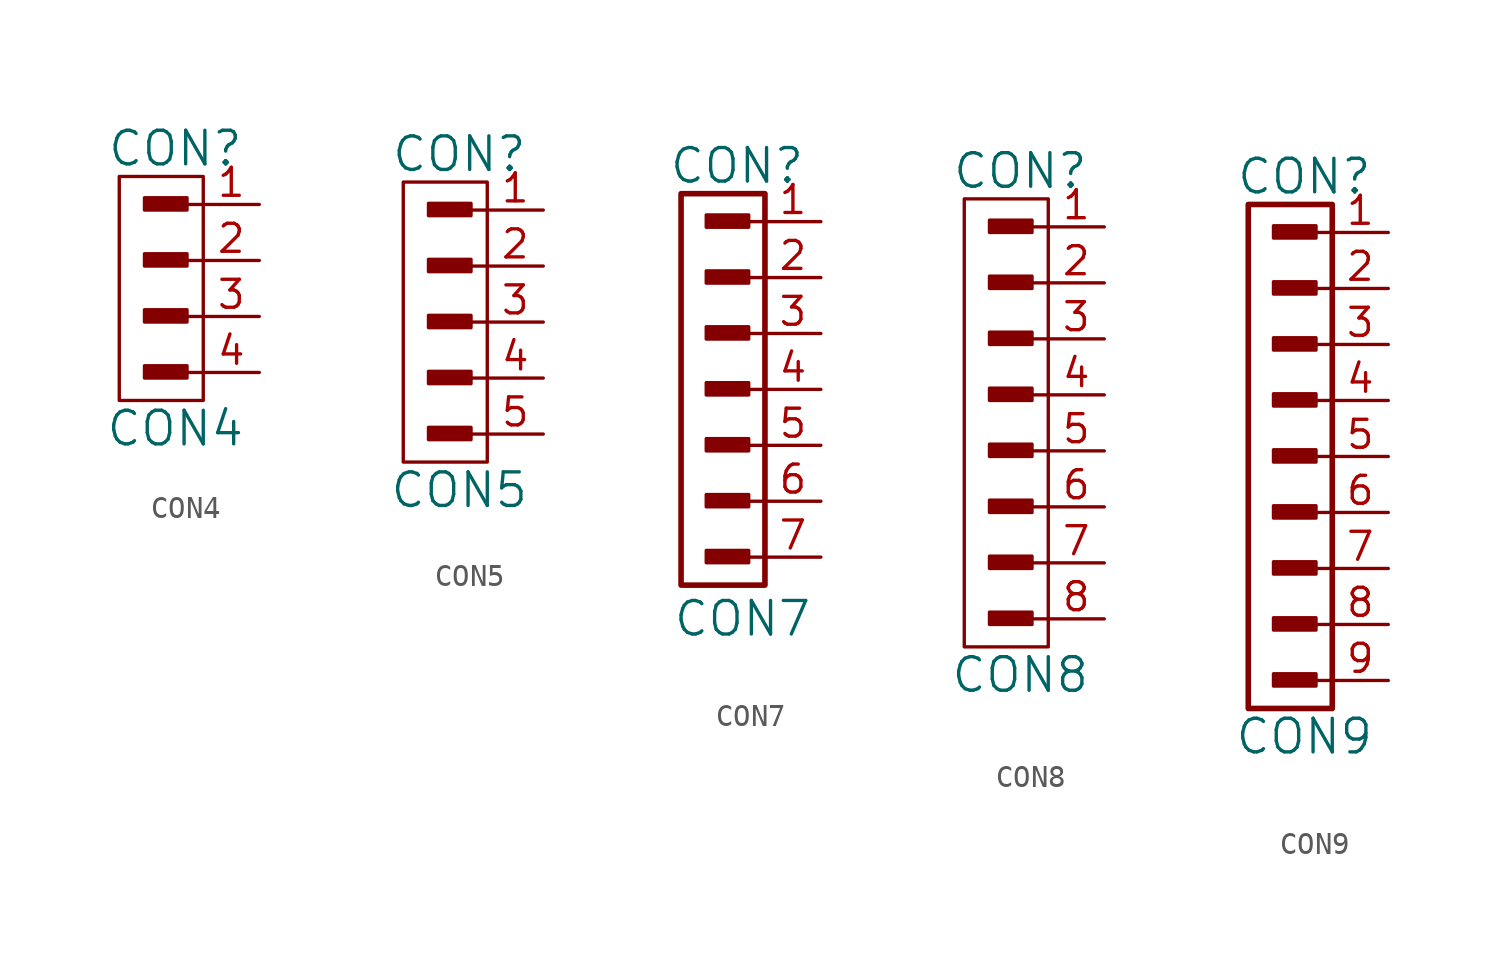
<source format=kicad_sym>
(kicad_symbol_lib
  (version 20220914)
  (generator kicad_symbol_editor)
  (symbol "CON4"
    (pin_names
      (offset 1.016))
    (property "Reference" "CON"
      (at -1.27 5.08 0)
      (effects (font (size 1.524 1.524))))
    (property "Value" "CON4"
      (at -1.27 -7.62 0)
      (effects (font (size 1.524 1.524))))
    (property "Footprint" ""
      (at -1.905 1.27 0)
      (effects (font (size 1.524 1.524))))
    (property "Datasheet" ""
      (at -1.905 1.27 0)
      (effects (font (size 1.524 1.524))))
    (symbol "CON4_0_0"
      (rectangle (start -2.642 -5.232) (end -0.864 -4.877) (stroke (width 0) (type solid)) (fill (type none)))
      (rectangle (start -2.642 -2.692) (end -0.864 -2.337) (stroke (width 0) (type solid)) (fill (type none)))
      (rectangle (start -2.642 -0.152) (end -0.864 0.203) (stroke (width 0) (type solid)) (fill (type none)))
      (rectangle (start -2.616 -5.131) (end -0.965 -5.029) (stroke (width 0) (type solid)) (fill (type none)))
      (rectangle (start -2.616 -2.591) (end -0.965 -2.489) (stroke (width 0) (type solid)) (fill (type none)))
      (rectangle (start -2.616 -0.051) (end -0.965 0.051) (stroke (width 0) (type solid)) (fill (type none)))
      (rectangle (start -2.616 2.388) (end -0.838 2.743) (stroke (width 0) (type solid)) (fill (type none)))
      (rectangle (start -2.591 2.515) (end -0.94 2.616) (stroke (width 0) (type solid)) (fill (type none)))
      (rectangle (start -0.965 -4.953) (end -2.642 -5.156) (stroke (width 0) (type solid)) (fill (type none)))
      (rectangle (start -0.965 -2.413) (end -2.642 -2.616) (stroke (width 0) (type solid)) (fill (type none)))
      (rectangle (start -0.965 0.127) (end -2.642 -0.076) (stroke (width 0) (type solid)) (fill (type none)))
      (rectangle (start -0.864 2.642) (end -2.54 2.438) (stroke (width 0) (type solid)) (fill (type none)))
      (rectangle (start -0.737 -4.775) (end -2.667 -5.334) (stroke (width 0) (type solid)) (fill (type none)))
      (rectangle (start -0.737 -2.235) (end -2.667 -2.794) (stroke (width 0) (type solid)) (fill (type none)))
      (rectangle (start -0.737 0.305) (end -2.667 -0.254) (stroke (width 0) (type solid)) (fill (type none)))
      (rectangle (start -0.737 2.845) (end -2.667 2.286) (stroke (width 0) (type solid)) (fill (type none)))
      (polyline (pts (xy 0 -5.08) (xy -0.762 -5.08)) (stroke (width 0) (type solid)) (fill (type none)))
      (polyline (pts (xy 0 -2.54) (xy -0.762 -2.54)) (stroke (width 0) (type solid)) (fill (type none)))
      (polyline (pts (xy 0 0) (xy -0.762 0)) (stroke (width 0) (type solid)) (fill (type none)))
      (polyline (pts (xy 0 2.54) (xy -0.762 2.54)) (stroke (width 0) (type solid)) (fill (type none))))
    (symbol "CON4_0_1"
      (rectangle (start -3.81 3.81) (end 0 -6.35) (stroke (width 0) (type solid)) (fill (type none))))
    (symbol "CON4_1_1"
      (pin passive line (at 2.54 2.54 180) (length 2.54) (name "~" (effects (font (size 1.27 1.27)))) (number "1" (effects (font (size 1.27 1.27)))))
      (pin passive line (at 2.54 0 180) (length 2.54) (name "~" (effects (font (size 1.27 1.27)))) (number "2" (effects (font (size 1.27 1.27)))))
      (pin passive line (at 2.54 -2.54 180) (length 2.54) (name "~" (effects (font (size 1.27 1.27)))) (number "3" (effects (font (size 1.27 1.27)))))
      (pin passive line (at 2.54 -5.08 180) (length 2.54) (name "~" (effects (font (size 1.27 1.27)))) (number "4" (effects (font (size 1.27 1.27)))))))
  (symbol "CON5"
    (pin_names
      (offset 1.016))
    (property "Reference" "CON"
      (at -1.27 7.62 0)
      (effects (font (size 1.524 1.524))))
    (property "Value" "CON5"
      (at -1.27 -7.62 0)
      (effects (font (size 1.524 1.524))))
    (property "Footprint" ""
      (at -1.905 3.81 0)
      (effects (font (size 1.524 1.524))))
    (property "Datasheet" ""
      (at -1.905 3.81 0)
      (effects (font (size 1.524 1.524))))
    (symbol "CON5_0_0"
      (rectangle (start -2.642 -5.232) (end -0.864 -4.877) (stroke (width 0) (type solid)) (fill (type none)))
      (rectangle (start -2.642 -2.692) (end -0.864 -2.337) (stroke (width 0) (type solid)) (fill (type none)))
      (rectangle (start -2.642 -0.152) (end -0.864 0.203) (stroke (width 0) (type solid)) (fill (type none)))
      (rectangle (start -2.642 2.388) (end -0.864 2.743) (stroke (width 0) (type solid)) (fill (type none)))
      (rectangle (start -2.616 -5.131) (end -0.965 -5.029) (stroke (width 0) (type solid)) (fill (type none)))
      (rectangle (start -2.616 -2.591) (end -0.965 -2.489) (stroke (width 0) (type solid)) (fill (type none)))
      (rectangle (start -2.616 -0.051) (end -0.965 0.051) (stroke (width 0) (type solid)) (fill (type none)))
      (rectangle (start -2.616 2.489) (end -0.965 2.591) (stroke (width 0) (type solid)) (fill (type none)))
      (rectangle (start -2.616 4.928) (end -0.838 5.283) (stroke (width 0) (type solid)) (fill (type none)))
      (rectangle (start -2.591 5.055) (end -0.94 5.156) (stroke (width 0) (type solid)) (fill (type none)))
      (rectangle (start -0.965 -4.953) (end -2.642 -5.156) (stroke (width 0) (type solid)) (fill (type none)))
      (rectangle (start -0.965 -2.413) (end -2.642 -2.616) (stroke (width 0) (type solid)) (fill (type none)))
      (rectangle (start -0.965 0.127) (end -2.642 -0.076) (stroke (width 0) (type solid)) (fill (type none)))
      (rectangle (start -0.965 2.667) (end -2.642 2.464) (stroke (width 0) (type solid)) (fill (type none)))
      (rectangle (start -0.864 5.182) (end -2.54 4.978) (stroke (width 0) (type solid)) (fill (type none)))
      (rectangle (start -0.737 -4.775) (end -2.667 -5.334) (stroke (width 0) (type solid)) (fill (type none)))
      (rectangle (start -0.737 -2.235) (end -2.667 -2.794) (stroke (width 0) (type solid)) (fill (type none)))
      (rectangle (start -0.737 0.305) (end -2.667 -0.254) (stroke (width 0) (type solid)) (fill (type none)))
      (rectangle (start -0.737 2.845) (end -2.667 2.286) (stroke (width 0) (type solid)) (fill (type none)))
      (rectangle (start -0.737 5.385) (end -2.667 4.826) (stroke (width 0) (type solid)) (fill (type none)))
      (polyline (pts (xy 0 -5.08) (xy -0.762 -5.08)) (stroke (width 0) (type solid)) (fill (type none)))
      (polyline (pts (xy 0 -2.54) (xy -0.762 -2.54)) (stroke (width 0) (type solid)) (fill (type none)))
      (polyline (pts (xy 0 0) (xy -0.762 0)) (stroke (width 0) (type solid)) (fill (type none)))
      (polyline (pts (xy 0 2.54) (xy -0.762 2.54)) (stroke (width 0) (type solid)) (fill (type none)))
      (polyline (pts (xy 0 5.08) (xy -0.762 5.08)) (stroke (width 0) (type solid)) (fill (type none))))
    (symbol "CON5_0_1"
      (rectangle (start -3.81 6.35) (end 0 -6.35) (stroke (width 0) (type solid)) (fill (type none))))
    (symbol "CON5_1_1"
      (pin passive line (at 2.54 5.08 180) (length 2.54) (name "~" (effects (font (size 1.27 1.27)))) (number "1" (effects (font (size 1.27 1.27)))))
      (pin passive line (at 2.54 2.54 180) (length 2.54) (name "~" (effects (font (size 1.27 1.27)))) (number "2" (effects (font (size 1.27 1.27)))))
      (pin passive line (at 2.54 0 180) (length 2.54) (name "~" (effects (font (size 1.27 1.27)))) (number "3" (effects (font (size 1.27 1.27)))))
      (pin passive line (at 2.54 -2.54 180) (length 2.54) (name "~" (effects (font (size 1.27 1.27)))) (number "4" (effects (font (size 1.27 1.27)))))
      (pin passive line (at 2.54 -5.08 180) (length 2.54) (name "~" (effects (font (size 1.27 1.27)))) (number "5" (effects (font (size 1.27 1.27)))))))
  (symbol "CON7"
    (pin_names
      (offset 1.016))
    (property "Reference" "CON"
      (at -1.27 10.16 0)
      (effects (font (size 1.524 1.524))))
    (property "Value" "CON7"
      (at -1.016 -10.414 0)
      (effects (font (size 1.524 1.524))))
    (property "Footprint" ""
      (at -1.905 6.35 0)
      (effects (font (size 1.524 1.524))))
    (property "Datasheet" ""
      (at -1.905 6.35 0)
      (effects (font (size 1.524 1.524))))
    (symbol "CON7_0_0"
      (rectangle (start -2.642 -7.772) (end -0.864 -7.417) (stroke (width 0) (type solid)) (fill (type none)))
      (rectangle (start -2.642 -5.232) (end -0.864 -4.877) (stroke (width 0) (type solid)) (fill (type none)))
      (rectangle (start -2.642 -2.692) (end -0.864 -2.337) (stroke (width 0) (type solid)) (fill (type none)))
      (rectangle (start -2.642 -0.152) (end -0.864 0.203) (stroke (width 0) (type solid)) (fill (type none)))
      (rectangle (start -2.642 2.388) (end -0.864 2.743) (stroke (width 0) (type solid)) (fill (type none)))
      (rectangle (start -2.642 4.928) (end -0.864 5.283) (stroke (width 0) (type solid)) (fill (type none)))
      (rectangle (start -2.616 -7.671) (end -0.965 -7.569) (stroke (width 0) (type solid)) (fill (type none)))
      (rectangle (start -2.616 -5.131) (end -0.965 -5.029) (stroke (width 0) (type solid)) (fill (type none)))
      (rectangle (start -2.616 -2.591) (end -0.965 -2.489) (stroke (width 0) (type solid)) (fill (type none)))
      (rectangle (start -2.616 -0.051) (end -0.965 0.051) (stroke (width 0) (type solid)) (fill (type none)))
      (rectangle (start -2.616 2.489) (end -0.965 2.591) (stroke (width 0) (type solid)) (fill (type none)))
      (rectangle (start -2.616 5.029) (end -0.965 5.131) (stroke (width 0) (type solid)) (fill (type none)))
      (rectangle (start -2.616 7.468) (end -0.838 7.823) (stroke (width 0) (type solid)) (fill (type none)))
      (rectangle (start -2.591 7.595) (end -0.94 7.696) (stroke (width 0) (type solid)) (fill (type none)))
      (rectangle (start -0.965 -7.493) (end -2.642 -7.696) (stroke (width 0) (type solid)) (fill (type none)))
      (rectangle (start -0.965 -4.953) (end -2.642 -5.156) (stroke (width 0) (type solid)) (fill (type none)))
      (rectangle (start -0.965 -2.413) (end -2.642 -2.616) (stroke (width 0) (type solid)) (fill (type none)))
      (rectangle (start -0.965 0.127) (end -2.642 -0.076) (stroke (width 0) (type solid)) (fill (type none)))
      (rectangle (start -0.965 2.667) (end -2.642 2.464) (stroke (width 0) (type solid)) (fill (type none)))
      (rectangle (start -0.965 5.207) (end -2.642 5.004) (stroke (width 0) (type solid)) (fill (type none)))
      (rectangle (start -0.864 7.722) (end -2.54 7.518) (stroke (width 0) (type solid)) (fill (type none)))
      (rectangle (start -0.737 -7.315) (end -2.667 -7.874) (stroke (width 0) (type solid)) (fill (type none)))
      (rectangle (start -0.737 -4.775) (end -2.667 -5.334) (stroke (width 0) (type solid)) (fill (type none)))
      (rectangle (start -0.737 -2.235) (end -2.667 -2.794) (stroke (width 0) (type solid)) (fill (type none)))
      (rectangle (start -0.737 0.305) (end -2.667 -0.254) (stroke (width 0) (type solid)) (fill (type none)))
      (rectangle (start -0.737 2.845) (end -2.667 2.286) (stroke (width 0) (type solid)) (fill (type none)))
      (rectangle (start -0.737 5.385) (end -2.667 4.826) (stroke (width 0) (type solid)) (fill (type none)))
      (rectangle (start -0.737 7.925) (end -2.667 7.366) (stroke (width 0) (type solid)) (fill (type none)))
      (polyline (pts (xy 0 -7.62) (xy -0.762 -7.62)) (stroke (width 0) (type solid)) (fill (type none)))
      (polyline (pts (xy 0 -5.08) (xy -0.762 -5.08)) (stroke (width 0) (type solid)) (fill (type none)))
      (polyline (pts (xy 0 -2.54) (xy -0.762 -2.54)) (stroke (width 0) (type solid)) (fill (type none)))
      (polyline (pts (xy 0 0) (xy -0.762 0)) (stroke (width 0) (type solid)) (fill (type none)))
      (polyline (pts (xy 0 2.54) (xy -0.762 2.54)) (stroke (width 0) (type solid)) (fill (type none)))
      (polyline (pts (xy 0 5.08) (xy -0.762 5.08)) (stroke (width 0) (type solid)) (fill (type none)))
      (polyline (pts (xy 0 7.62) (xy -0.762 7.62)) (stroke (width 0) (type solid)) (fill (type none))))
    (symbol "CON7_0_1"
      (rectangle (start -3.81 8.89) (end 0 -8.89) (stroke (width 0.254) (type solid)) (fill (type none))))
    (symbol "CON7_1_1"
      (pin passive line (at 2.54 7.62 180) (length 2.54) (name "~" (effects (font (size 1.27 1.27)))) (number "1" (effects (font (size 1.27 1.27)))))
      (pin passive line (at 2.54 5.08 180) (length 2.54) (name "~" (effects (font (size 1.27 1.27)))) (number "2" (effects (font (size 1.27 1.27)))))
      (pin passive line (at 2.54 2.54 180) (length 2.54) (name "~" (effects (font (size 1.27 1.27)))) (number "3" (effects (font (size 1.27 1.27)))))
      (pin passive line (at 2.54 0 180) (length 2.54) (name "~" (effects (font (size 1.27 1.27)))) (number "4" (effects (font (size 1.27 1.27)))))
      (pin passive line (at 2.54 -2.54 180) (length 2.54) (name "~" (effects (font (size 1.27 1.27)))) (number "5" (effects (font (size 1.27 1.27)))))
      (pin passive line (at 2.54 -5.08 180) (length 2.54) (name "~" (effects (font (size 1.27 1.27)))) (number "6" (effects (font (size 1.27 1.27)))))
      (pin passive line (at 2.54 -7.62 180) (length 2.54) (name "~" (effects (font (size 1.27 1.27)))) (number "7" (effects (font (size 1.27 1.27)))))))
  (symbol "CON8"
    (pin_names
      (offset 1.016))
    (property "Reference" "CON"
      (at -1.27 10.16 0)
      (effects (font (size 1.524 1.524))))
    (property "Value" "CON8"
      (at -1.27 -12.7 0)
      (effects (font (size 1.524 1.524))))
    (property "Footprint" ""
      (at -1.905 6.35 0)
      (effects (font (size 1.524 1.524))))
    (property "Datasheet" ""
      (at -1.905 6.35 0)
      (effects (font (size 1.524 1.524))))
    (symbol "CON8_0_0"
      (rectangle (start -2.642 -10.312) (end -0.864 -9.957) (stroke (width 0) (type solid)) (fill (type none)))
      (rectangle (start -2.642 -7.772) (end -0.864 -7.417) (stroke (width 0) (type solid)) (fill (type none)))
      (rectangle (start -2.642 -5.232) (end -0.864 -4.877) (stroke (width 0) (type solid)) (fill (type none)))
      (rectangle (start -2.642 -2.692) (end -0.864 -2.337) (stroke (width 0) (type solid)) (fill (type none)))
      (rectangle (start -2.642 -0.152) (end -0.864 0.203) (stroke (width 0) (type solid)) (fill (type none)))
      (rectangle (start -2.642 2.388) (end -0.864 2.743) (stroke (width 0) (type solid)) (fill (type none)))
      (rectangle (start -2.642 4.928) (end -0.864 5.283) (stroke (width 0) (type solid)) (fill (type none)))
      (rectangle (start -2.616 -10.211) (end -0.965 -10.109) (stroke (width 0) (type solid)) (fill (type none)))
      (rectangle (start -2.616 -7.671) (end -0.965 -7.569) (stroke (width 0) (type solid)) (fill (type none)))
      (rectangle (start -2.616 -5.131) (end -0.965 -5.029) (stroke (width 0) (type solid)) (fill (type none)))
      (rectangle (start -2.616 -2.591) (end -0.965 -2.489) (stroke (width 0) (type solid)) (fill (type none)))
      (rectangle (start -2.616 -0.051) (end -0.965 0.051) (stroke (width 0) (type solid)) (fill (type none)))
      (rectangle (start -2.616 2.489) (end -0.965 2.591) (stroke (width 0) (type solid)) (fill (type none)))
      (rectangle (start -2.616 5.029) (end -0.965 5.131) (stroke (width 0) (type solid)) (fill (type none)))
      (rectangle (start -2.616 7.468) (end -0.838 7.823) (stroke (width 0) (type solid)) (fill (type none)))
      (rectangle (start -2.591 7.595) (end -0.94 7.696) (stroke (width 0) (type solid)) (fill (type none)))
      (rectangle (start -0.965 -10.033) (end -2.642 -10.236) (stroke (width 0) (type solid)) (fill (type none)))
      (rectangle (start -0.965 -7.493) (end -2.642 -7.696) (stroke (width 0) (type solid)) (fill (type none)))
      (rectangle (start -0.965 -4.953) (end -2.642 -5.156) (stroke (width 0) (type solid)) (fill (type none)))
      (rectangle (start -0.965 -2.413) (end -2.642 -2.616) (stroke (width 0) (type solid)) (fill (type none)))
      (rectangle (start -0.965 0.127) (end -2.642 -0.076) (stroke (width 0) (type solid)) (fill (type none)))
      (rectangle (start -0.965 2.667) (end -2.642 2.464) (stroke (width 0) (type solid)) (fill (type none)))
      (rectangle (start -0.965 5.207) (end -2.642 5.004) (stroke (width 0) (type solid)) (fill (type none)))
      (rectangle (start -0.864 7.722) (end -2.54 7.518) (stroke (width 0) (type solid)) (fill (type none)))
      (rectangle (start -0.737 -9.855) (end -2.667 -10.414) (stroke (width 0) (type solid)) (fill (type none)))
      (rectangle (start -0.737 -7.315) (end -2.667 -7.874) (stroke (width 0) (type solid)) (fill (type none)))
      (rectangle (start -0.737 -4.775) (end -2.667 -5.334) (stroke (width 0) (type solid)) (fill (type none)))
      (rectangle (start -0.737 -2.235) (end -2.667 -2.794) (stroke (width 0) (type solid)) (fill (type none)))
      (rectangle (start -0.737 0.305) (end -2.667 -0.254) (stroke (width 0) (type solid)) (fill (type none)))
      (rectangle (start -0.737 2.845) (end -2.667 2.286) (stroke (width 0) (type solid)) (fill (type none)))
      (rectangle (start -0.737 5.385) (end -2.667 4.826) (stroke (width 0) (type solid)) (fill (type none)))
      (rectangle (start -0.737 7.925) (end -2.667 7.366) (stroke (width 0) (type solid)) (fill (type none)))
      (polyline (pts (xy 0 -10.16) (xy -0.762 -10.16)) (stroke (width 0) (type solid)) (fill (type none)))
      (polyline (pts (xy 0 -7.62) (xy -0.762 -7.62)) (stroke (width 0) (type solid)) (fill (type none)))
      (polyline (pts (xy 0 -5.08) (xy -0.762 -5.08)) (stroke (width 0) (type solid)) (fill (type none)))
      (polyline (pts (xy 0 -2.54) (xy -0.762 -2.54)) (stroke (width 0) (type solid)) (fill (type none)))
      (polyline (pts (xy 0 0) (xy -0.762 0)) (stroke (width 0) (type solid)) (fill (type none)))
      (polyline (pts (xy 0 2.54) (xy -0.762 2.54)) (stroke (width 0) (type solid)) (fill (type none)))
      (polyline (pts (xy 0 5.08) (xy -0.762 5.08)) (stroke (width 0) (type solid)) (fill (type none)))
      (polyline (pts (xy 0 7.62) (xy -0.762 7.62)) (stroke (width 0) (type solid)) (fill (type none))))
    (symbol "CON8_0_1"
      (rectangle (start -3.81 8.89) (end 0 -11.43) (stroke (width 0) (type solid)) (fill (type none))))
    (symbol "CON8_1_1"
      (pin passive line (at 2.54 7.62 180) (length 2.54) (name "~" (effects (font (size 1.27 1.27)))) (number "1" (effects (font (size 1.27 1.27)))))
      (pin passive line (at 2.54 5.08 180) (length 2.54) (name "~" (effects (font (size 1.27 1.27)))) (number "2" (effects (font (size 1.27 1.27)))))
      (pin passive line (at 2.54 2.54 180) (length 2.54) (name "~" (effects (font (size 1.27 1.27)))) (number "3" (effects (font (size 1.27 1.27)))))
      (pin passive line (at 2.54 0 180) (length 2.54) (name "~" (effects (font (size 1.27 1.27)))) (number "4" (effects (font (size 1.27 1.27)))))
      (pin passive line (at 2.54 -2.54 180) (length 2.54) (name "~" (effects (font (size 1.27 1.27)))) (number "5" (effects (font (size 1.27 1.27)))))
      (pin passive line (at 2.54 -5.08 180) (length 2.54) (name "~" (effects (font (size 1.27 1.27)))) (number "6" (effects (font (size 1.27 1.27)))))
      (pin passive line (at 2.54 -7.62 180) (length 2.54) (name "~" (effects (font (size 1.27 1.27)))) (number "7" (effects (font (size 1.27 1.27)))))
      (pin passive line (at 2.54 -10.16 180) (length 2.54) (name "~" (effects (font (size 1.27 1.27)))) (number "8" (effects (font (size 1.27 1.27)))))))
  (symbol "CON9"
    (pin_names
      (offset 1.016))
    (property "Reference" "CON"
      (at -1.27 12.7 0)
      (effects (font (size 1.524 1.524))))
    (property "Value" "CON9"
      (at -1.27 -12.7 0)
      (effects (font (size 1.524 1.524))))
    (property "Footprint" ""
      (at -1.905 8.89 0)
      (effects (font (size 1.524 1.524))))
    (property "Datasheet" ""
      (at -1.905 8.89 0)
      (effects (font (size 1.524 1.524))))
    (symbol "CON9_0_0"
      (rectangle (start -2.642 -7.772) (end -0.864 -7.417) (stroke (width 0) (type solid)) (fill (type none)))
      (rectangle (start -2.642 -5.232) (end -0.864 -4.877) (stroke (width 0) (type solid)) (fill (type none)))
      (rectangle (start -2.642 -2.692) (end -0.864 -2.337) (stroke (width 0) (type solid)) (fill (type none)))
      (rectangle (start -2.642 -0.152) (end -0.864 0.203) (stroke (width 0) (type solid)) (fill (type none)))
      (rectangle (start -2.642 2.388) (end -0.864 2.743) (stroke (width 0) (type solid)) (fill (type none)))
      (rectangle (start -2.642 4.928) (end -0.864 5.283) (stroke (width 0) (type solid)) (fill (type none)))
      (rectangle (start -2.642 7.468) (end -0.864 7.823) (stroke (width 0) (type solid)) (fill (type none)))
      (rectangle (start -2.616 -10.312) (end -0.838 -9.957) (stroke (width 0) (type solid)) (fill (type none)))
      (rectangle (start -2.616 -7.671) (end -0.965 -7.569) (stroke (width 0) (type solid)) (fill (type none)))
      (rectangle (start -2.616 -5.131) (end -0.965 -5.029) (stroke (width 0) (type solid)) (fill (type none)))
      (rectangle (start -2.616 -2.591) (end -0.965 -2.489) (stroke (width 0) (type solid)) (fill (type none)))
      (rectangle (start -2.616 -0.051) (end -0.965 0.051) (stroke (width 0) (type solid)) (fill (type none)))
      (rectangle (start -2.616 2.489) (end -0.965 2.591) (stroke (width 0) (type solid)) (fill (type none)))
      (rectangle (start -2.616 5.029) (end -0.965 5.131) (stroke (width 0) (type solid)) (fill (type none)))
      (rectangle (start -2.616 7.569) (end -0.965 7.671) (stroke (width 0) (type solid)) (fill (type none)))
      (rectangle (start -2.616 10.008) (end -0.838 10.363) (stroke (width 0) (type solid)) (fill (type none)))
      (rectangle (start -2.591 -10.185) (end -0.94 -10.084) (stroke (width 0) (type solid)) (fill (type none)))
      (rectangle (start -2.591 10.135) (end -0.94 10.236) (stroke (width 0) (type solid)) (fill (type none)))
      (rectangle (start -0.965 -7.493) (end -2.642 -7.696) (stroke (width 0) (type solid)) (fill (type none)))
      (rectangle (start -0.965 -4.953) (end -2.642 -5.156) (stroke (width 0) (type solid)) (fill (type none)))
      (rectangle (start -0.965 -2.413) (end -2.642 -2.616) (stroke (width 0) (type solid)) (fill (type none)))
      (rectangle (start -0.965 0.127) (end -2.642 -0.076) (stroke (width 0) (type solid)) (fill (type none)))
      (rectangle (start -0.965 2.667) (end -2.642 2.464) (stroke (width 0) (type solid)) (fill (type none)))
      (rectangle (start -0.965 5.207) (end -2.642 5.004) (stroke (width 0) (type solid)) (fill (type none)))
      (rectangle (start -0.965 7.747) (end -2.642 7.544) (stroke (width 0) (type solid)) (fill (type none)))
      (rectangle (start -0.864 -10.058) (end -2.54 -10.262) (stroke (width 0) (type solid)) (fill (type none)))
      (rectangle (start -0.864 10.262) (end -2.54 10.058) (stroke (width 0) (type solid)) (fill (type none)))
      (rectangle (start -0.737 -9.855) (end -2.667 -10.414) (stroke (width 0) (type solid)) (fill (type none)))
      (rectangle (start -0.737 -7.315) (end -2.667 -7.874) (stroke (width 0) (type solid)) (fill (type none)))
      (rectangle (start -0.737 -4.775) (end -2.667 -5.334) (stroke (width 0) (type solid)) (fill (type none)))
      (rectangle (start -0.737 -2.235) (end -2.667 -2.794) (stroke (width 0) (type solid)) (fill (type none)))
      (rectangle (start -0.737 0.305) (end -2.667 -0.254) (stroke (width 0) (type solid)) (fill (type none)))
      (rectangle (start -0.737 2.845) (end -2.667 2.286) (stroke (width 0) (type solid)) (fill (type none)))
      (rectangle (start -0.737 5.385) (end -2.667 4.826) (stroke (width 0) (type solid)) (fill (type none)))
      (rectangle (start -0.737 7.925) (end -2.667 7.366) (stroke (width 0) (type solid)) (fill (type none)))
      (rectangle (start -0.737 10.465) (end -2.667 9.906) (stroke (width 0) (type solid)) (fill (type none)))
      (polyline (pts (xy 0 -10.16) (xy -0.762 -10.16)) (stroke (width 0) (type solid)) (fill (type none)))
      (polyline (pts (xy 0 -7.62) (xy -0.762 -7.62)) (stroke (width 0) (type solid)) (fill (type none)))
      (polyline (pts (xy 0 -5.08) (xy -0.762 -5.08)) (stroke (width 0) (type solid)) (fill (type none)))
      (polyline (pts (xy 0 -2.54) (xy -0.762 -2.54)) (stroke (width 0) (type solid)) (fill (type none)))
      (polyline (pts (xy 0 0) (xy -0.762 0)) (stroke (width 0) (type solid)) (fill (type none)))
      (polyline (pts (xy 0 2.54) (xy -0.762 2.54)) (stroke (width 0) (type solid)) (fill (type none)))
      (polyline (pts (xy 0 5.08) (xy -0.762 5.08)) (stroke (width 0) (type solid)) (fill (type none)))
      (polyline (pts (xy 0 7.62) (xy -0.762 7.62)) (stroke (width 0) (type solid)) (fill (type none)))
      (polyline (pts (xy 0 10.16) (xy -0.762 10.16)) (stroke (width 0) (type solid)) (fill (type none))))
    (symbol "CON9_0_1"
      (rectangle (start 0 11.43) (end -3.81 -11.43) (stroke (width 0.254) (type solid)) (fill (type none))))
    (symbol "CON9_1_1"
      (pin passive line (at 2.54 10.16 180) (length 2.54) (name "~" (effects (font (size 1.27 1.27)))) (number "1" (effects (font (size 1.27 1.27)))))
      (pin passive line (at 2.54 7.62 180) (length 2.54) (name "~" (effects (font (size 1.27 1.27)))) (number "2" (effects (font (size 1.27 1.27)))))
      (pin passive line (at 2.54 5.08 180) (length 2.54) (name "~" (effects (font (size 1.27 1.27)))) (number "3" (effects (font (size 1.27 1.27)))))
      (pin passive line (at 2.54 2.54 180) (length 2.54) (name "~" (effects (font (size 1.27 1.27)))) (number "4" (effects (font (size 1.27 1.27)))))
      (pin passive line (at 2.54 0 180) (length 2.54) (name "~" (effects (font (size 1.27 1.27)))) (number "5" (effects (font (size 1.27 1.27)))))
      (pin passive line (at 2.54 -2.54 180) (length 2.54) (name "~" (effects (font (size 1.27 1.27)))) (number "6" (effects (font (size 1.27 1.27)))))
      (pin passive line (at 2.54 -5.08 180) (length 2.54) (name "~" (effects (font (size 1.27 1.27)))) (number "7" (effects (font (size 1.27 1.27)))))
      (pin passive line (at 2.54 -7.62 180) (length 2.54) (name "~" (effects (font (size 1.27 1.27)))) (number "8" (effects (font (size 1.27 1.27)))))
      (pin passive line (at 2.54 -10.16 180) (length 2.54) (name "~" (effects (font (size 1.27 1.27)))) (number "9" (effects (font (size 1.27 1.27))))))))
</source>
